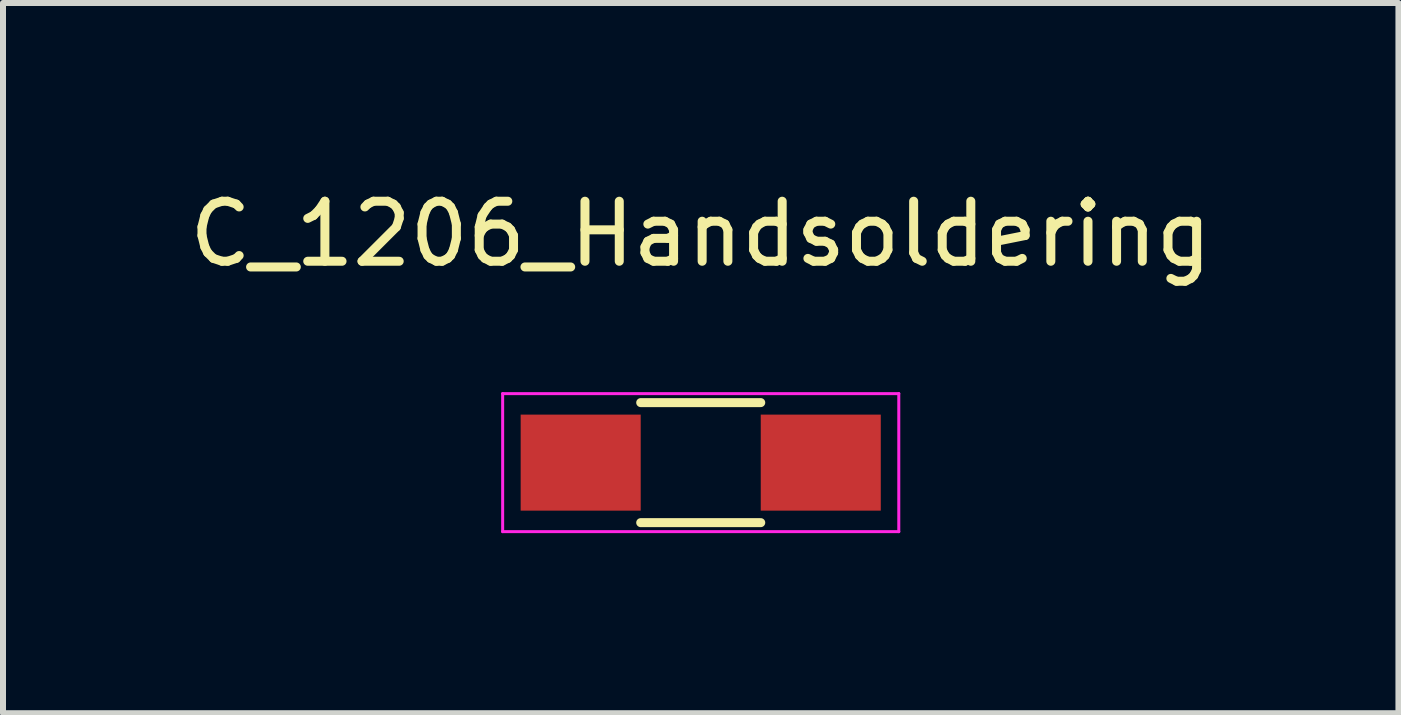
<source format=kicad_pcb>
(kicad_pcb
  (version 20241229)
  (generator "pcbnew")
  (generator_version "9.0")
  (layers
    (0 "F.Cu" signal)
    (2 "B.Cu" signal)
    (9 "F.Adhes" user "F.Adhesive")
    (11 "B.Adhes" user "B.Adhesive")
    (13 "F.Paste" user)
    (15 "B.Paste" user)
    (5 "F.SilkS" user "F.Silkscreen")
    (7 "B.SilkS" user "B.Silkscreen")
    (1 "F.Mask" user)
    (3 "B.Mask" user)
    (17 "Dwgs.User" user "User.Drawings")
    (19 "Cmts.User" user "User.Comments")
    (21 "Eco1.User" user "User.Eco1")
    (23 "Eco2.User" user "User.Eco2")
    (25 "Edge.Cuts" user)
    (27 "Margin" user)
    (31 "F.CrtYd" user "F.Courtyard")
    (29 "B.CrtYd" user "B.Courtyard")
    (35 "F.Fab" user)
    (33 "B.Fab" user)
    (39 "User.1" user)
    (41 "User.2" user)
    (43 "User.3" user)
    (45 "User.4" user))
  (footprint "C_1206_Handsoldering"
    (layer "F.Cu")
    (at 8.625 4.658)
    (property "Reference" "C_1206_Handsoldering" (at 0 -3.81 0) (layer "F.SilkS") (effects (font (size 1 1) (thickness 0.15))))
    (attr through_hole)
    (fp_line (start -1 -1) (end 1 -1) (stroke (width 0.15) (type solid)) (layer "F.SilkS"))
    (fp_line (start -1 1) (end 1 1) (stroke (width 0.15) (type solid)) (layer "F.SilkS"))
    (fp_line (start -3.3 -1.15) (end 3.3 -1.15) (stroke (width 0.05) (type solid)) (layer "F.CrtYd"))
    (fp_line (start -3.3 1.15) (end -3.3 -1.15) (stroke (width 0.05) (type solid)) (layer "F.CrtYd"))
    (fp_line (start 3.3 -1.15) (end 3.3 1.15) (stroke (width 0.05) (type solid)) (layer "F.CrtYd"))
    (fp_line (start 3.3 1.15) (end -3.3 1.15) (stroke (width 0.05) (type solid)) (layer "F.CrtYd"))
    (pad "1" smd rect (at -2 0) (size 2 1.6) (layers "F.Cu" "F.Mask" "F.Paste"))
    (pad "2" smd rect (at 2 0) (size 2 1.6) (layers "F.Cu" "F.Mask" "F.Paste")))
  (gr_rect
    (start -3 -3)
    (end 20.25 8.833)
    (stroke (width 0.1) (type default))
    (fill no)
    (layer "Edge.Cuts")))
</source>
